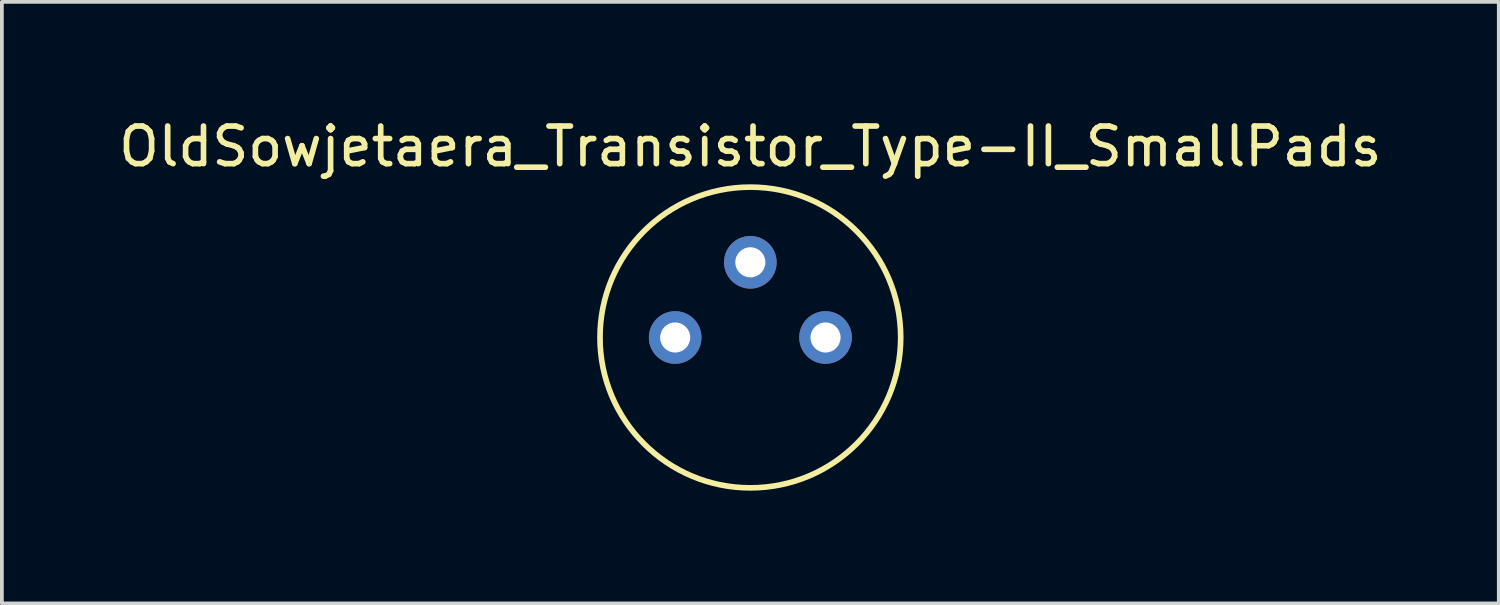
<source format=kicad_pcb>
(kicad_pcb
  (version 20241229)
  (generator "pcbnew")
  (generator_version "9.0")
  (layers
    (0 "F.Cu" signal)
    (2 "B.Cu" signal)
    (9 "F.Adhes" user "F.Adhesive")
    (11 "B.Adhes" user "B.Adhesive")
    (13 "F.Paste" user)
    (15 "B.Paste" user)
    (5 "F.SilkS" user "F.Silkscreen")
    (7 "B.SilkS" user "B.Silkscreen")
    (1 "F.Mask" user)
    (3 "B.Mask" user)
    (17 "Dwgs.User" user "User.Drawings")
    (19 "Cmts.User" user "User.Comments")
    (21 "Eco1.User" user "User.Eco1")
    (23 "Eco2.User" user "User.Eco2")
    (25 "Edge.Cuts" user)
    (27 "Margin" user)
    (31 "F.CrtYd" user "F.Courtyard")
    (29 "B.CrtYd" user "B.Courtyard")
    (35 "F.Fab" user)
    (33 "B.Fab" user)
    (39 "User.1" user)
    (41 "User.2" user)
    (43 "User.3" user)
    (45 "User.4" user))
  (footprint "OldSowjetaera_Transistor_Type-II_SmallPads"
    (layer "F.Cu")
    (at 16.911 5.928)
    (property "Reference" "OldSowjetaera_Transistor_Type-II_SmallPads" (at 0 -5.08 0) (layer "F.SilkS") (effects (font (size 1 1) (thickness 0.15))))
    (attr through_hole)
    (fp_circle (center 0 0) (end 4 0) (stroke (width 0.15) (type solid)) (fill no) (layer "F.SilkS"))
    (pad "1" thru_hole circle (at -2 0) (size 1.4 1.4) (drill 0.8) (layers "*.Cu" "*.Mask"))
    (pad "2" thru_hole circle (at 0 -2) (size 1.4 1.4) (drill 0.8) (layers "*.Cu" "*.Mask"))
    (pad "3" thru_hole circle (at 2 0) (size 1.4 1.4) (drill 0.8) (layers "*.Cu" "*.Mask")))
  (gr_rect
    (start -3 -3)
    (end 36.821 13.003)
    (stroke (width 0.1) (type default))
    (fill no)
    (layer "Edge.Cuts")))
</source>
